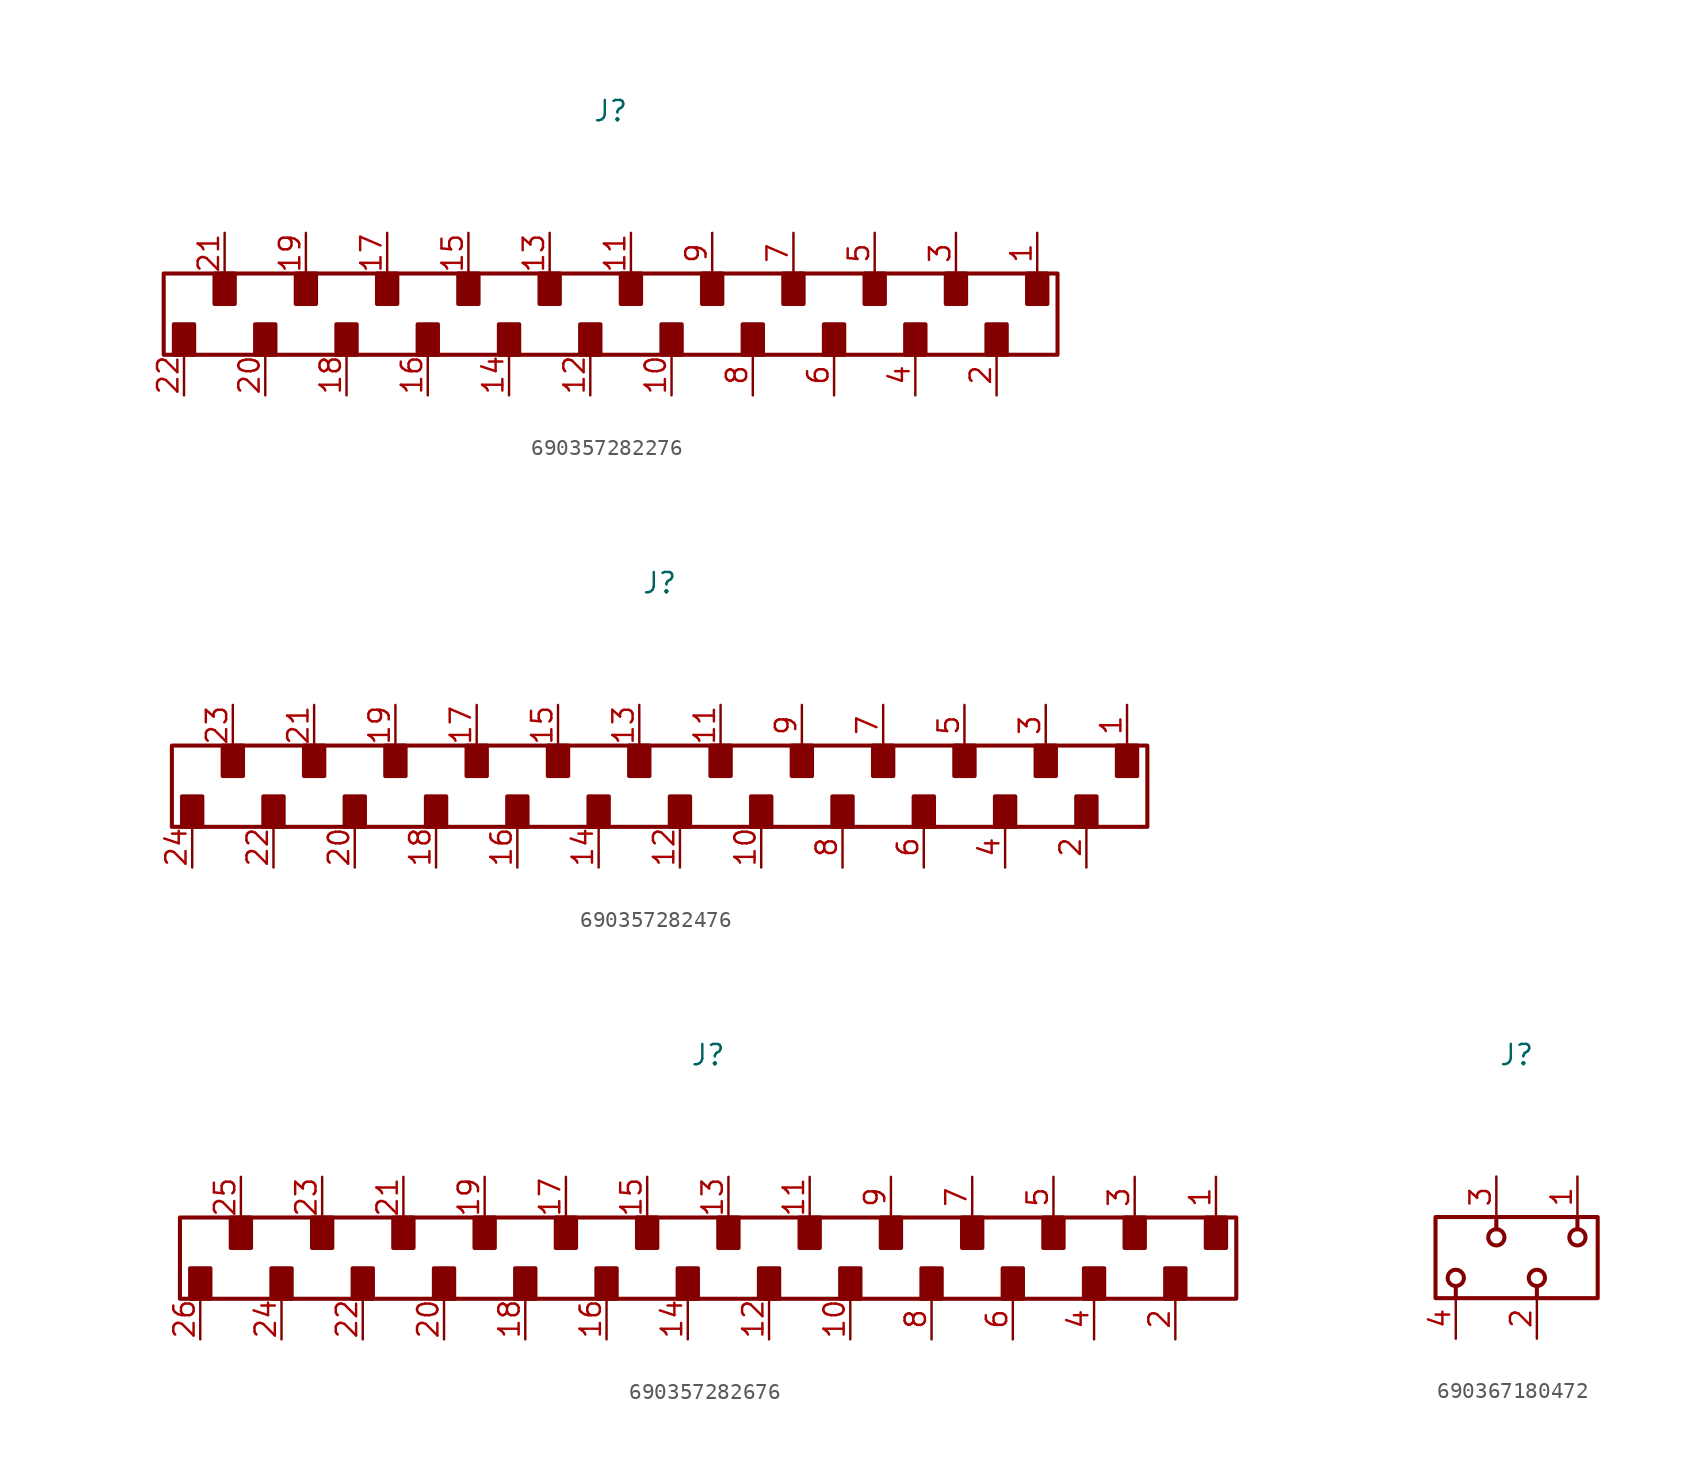
<source format=kicad_sym>
(kicad_symbol_lib
  (version 20241209)
  (generator "kicad_symbol_editor")
  (generator_version "9.0")
  (symbol "690357282276"
    (pin_names
      (hide yes))
    (property "Reference" "J"
      (at 0 12.7 0)
      (effects (font (size 1.27 1.27))))
    (symbol "690357282276_1_1"
      (rectangle (start -27.94 2.54) (end 27.94 -2.54) (stroke (width 0.254) (type solid)) (fill (type none)))
      (rectangle (start -26.035 -2.54) (end -27.305 -0.635) (stroke (width 0.254) (type solid)) (fill (type outline)))
      (rectangle (start -23.495 0.635) (end -24.765 2.54) (stroke (width 0.254) (type solid)) (fill (type outline)))
      (rectangle (start -20.955 -2.54) (end -22.225 -0.635) (stroke (width 0.254) (type solid)) (fill (type outline)))
      (rectangle (start -18.415 0.635) (end -19.685 2.54) (stroke (width 0.254) (type solid)) (fill (type outline)))
      (rectangle (start -15.875 -2.54) (end -17.145 -0.635) (stroke (width 0.254) (type solid)) (fill (type outline)))
      (rectangle (start -13.335 0.635) (end -14.605 2.54) (stroke (width 0.254) (type solid)) (fill (type outline)))
      (rectangle (start -10.795 -2.54) (end -12.065 -0.635) (stroke (width 0.254) (type solid)) (fill (type outline)))
      (rectangle (start -8.255 0.635) (end -9.525 2.54) (stroke (width 0.254) (type solid)) (fill (type outline)))
      (rectangle (start -5.715 -2.54) (end -6.985 -0.635) (stroke (width 0.254) (type solid)) (fill (type outline)))
      (rectangle (start -3.175 0.635) (end -4.445 2.54) (stroke (width 0.254) (type solid)) (fill (type outline)))
      (rectangle (start -0.635 -2.54) (end -1.905 -0.635) (stroke (width 0.254) (type solid)) (fill (type outline)))
      (rectangle (start 1.905 0.635) (end 0.635 2.54) (stroke (width 0.254) (type solid)) (fill (type outline)))
      (rectangle (start 4.445 -2.54) (end 3.175 -0.635) (stroke (width 0.254) (type solid)) (fill (type outline)))
      (rectangle (start 6.985 0.635) (end 5.715 2.54) (stroke (width 0.254) (type solid)) (fill (type outline)))
      (rectangle (start 9.525 -2.54) (end 8.255 -0.635) (stroke (width 0.254) (type solid)) (fill (type outline)))
      (rectangle (start 12.065 0.635) (end 10.795 2.54) (stroke (width 0.254) (type solid)) (fill (type outline)))
      (rectangle (start 14.605 -2.54) (end 13.335 -0.635) (stroke (width 0.254) (type solid)) (fill (type outline)))
      (rectangle (start 17.145 0.635) (end 15.875 2.54) (stroke (width 0.254) (type solid)) (fill (type outline)))
      (rectangle (start 19.685 -2.54) (end 18.415 -0.635) (stroke (width 0.254) (type solid)) (fill (type outline)))
      (rectangle (start 22.225 0.635) (end 20.955 2.54) (stroke (width 0.254) (type solid)) (fill (type outline)))
      (rectangle (start 24.765 -2.54) (end 23.495 -0.635) (stroke (width 0.254) (type solid)) (fill (type outline)))
      (rectangle (start 27.305 0.635) (end 26.035 2.54) (stroke (width 0.254) (type solid)) (fill (type outline)))
      (pin passive line (at -26.67 -5.08 90) (length 2.54) (name "22" (effects (font (size 1.27 1.27)))) (number "22" (effects (font (size 1.27 1.27)))))
      (pin passive line (at -24.13 5.08 270) (length 2.54) (name "21" (effects (font (size 1.27 1.27)))) (number "21" (effects (font (size 1.27 1.27)))))
      (pin passive line (at -21.59 -5.08 90) (length 2.54) (name "20" (effects (font (size 1.27 1.27)))) (number "20" (effects (font (size 1.27 1.27)))))
      (pin passive line (at -19.05 5.08 270) (length 2.54) (name "19" (effects (font (size 1.27 1.27)))) (number "19" (effects (font (size 1.27 1.27)))))
      (pin passive line (at -16.51 -5.08 90) (length 2.54) (name "18" (effects (font (size 1.27 1.27)))) (number "18" (effects (font (size 1.27 1.27)))))
      (pin passive line (at -13.97 5.08 270) (length 2.54) (name "17" (effects (font (size 1.27 1.27)))) (number "17" (effects (font (size 1.27 1.27)))))
      (pin passive line (at -11.43 -5.08 90) (length 2.54) (name "16" (effects (font (size 1.27 1.27)))) (number "16" (effects (font (size 1.27 1.27)))))
      (pin passive line (at -8.89 5.08 270) (length 2.54) (name "15" (effects (font (size 1.27 1.27)))) (number "15" (effects (font (size 1.27 1.27)))))
      (pin passive line (at -6.35 -5.08 90) (length 2.54) (name "14" (effects (font (size 1.27 1.27)))) (number "14" (effects (font (size 1.27 1.27)))))
      (pin passive line (at -3.81 5.08 270) (length 2.54) (name "13" (effects (font (size 1.27 1.27)))) (number "13" (effects (font (size 1.27 1.27)))))
      (pin passive line (at -1.27 -5.08 90) (length 2.54) (name "12" (effects (font (size 1.27 1.27)))) (number "12" (effects (font (size 1.27 1.27)))))
      (pin passive line (at 1.27 5.08 270) (length 2.54) (name "11" (effects (font (size 1.27 1.27)))) (number "11" (effects (font (size 1.27 1.27)))))
      (pin passive line (at 3.81 -5.08 90) (length 2.54) (name "10" (effects (font (size 1.27 1.27)))) (number "10" (effects (font (size 1.27 1.27)))))
      (pin passive line (at 6.35 5.08 270) (length 2.54) (name "9" (effects (font (size 1.27 1.27)))) (number "9" (effects (font (size 1.27 1.27)))))
      (pin passive line (at 8.89 -5.08 90) (length 2.54) (name "8" (effects (font (size 1.27 1.27)))) (number "8" (effects (font (size 1.27 1.27)))))
      (pin passive line (at 11.43 5.08 270) (length 2.54) (name "7" (effects (font (size 1.27 1.27)))) (number "7" (effects (font (size 1.27 1.27)))))
      (pin passive line (at 13.97 -5.08 90) (length 2.54) (name "6" (effects (font (size 1.27 1.27)))) (number "6" (effects (font (size 1.27 1.27)))))
      (pin passive line (at 16.51 5.08 270) (length 2.54) (name "5" (effects (font (size 1.27 1.27)))) (number "5" (effects (font (size 1.27 1.27)))))
      (pin passive line (at 19.05 -5.08 90) (length 2.54) (name "4" (effects (font (size 1.27 1.27)))) (number "4" (effects (font (size 1.27 1.27)))))
      (pin passive line (at 21.59 5.08 270) (length 2.54) (name "3" (effects (font (size 1.27 1.27)))) (number "3" (effects (font (size 1.27 1.27)))))
      (pin passive line (at 24.13 -5.08 90) (length 2.54) (name "2" (effects (font (size 1.27 1.27)))) (number "2" (effects (font (size 1.27 1.27)))))
      (pin passive line (at 26.67 5.08 270) (length 2.54) (name "1" (effects (font (size 1.27 1.27)))) (number "1" (effects (font (size 1.27 1.27)))))))
  (symbol "690357282476"
    (pin_names
      (hide yes))
    (property "Reference" "J"
      (at 0 12.7 0)
      (effects (font (size 1.27 1.27))))
    (symbol "690357282476_1_1"
      (rectangle (start -30.48 2.54) (end 30.48 -2.54) (stroke (width 0.254) (type solid)) (fill (type none)))
      (rectangle (start -28.575 -2.54) (end -29.845 -0.635) (stroke (width 0.254) (type solid)) (fill (type outline)))
      (rectangle (start -26.035 0.635) (end -27.305 2.54) (stroke (width 0.254) (type solid)) (fill (type outline)))
      (rectangle (start -23.495 -2.54) (end -24.765 -0.635) (stroke (width 0.254) (type solid)) (fill (type outline)))
      (rectangle (start -20.955 0.635) (end -22.225 2.54) (stroke (width 0.254) (type solid)) (fill (type outline)))
      (rectangle (start -18.415 -2.54) (end -19.685 -0.635) (stroke (width 0.254) (type solid)) (fill (type outline)))
      (rectangle (start -15.875 0.635) (end -17.145 2.54) (stroke (width 0.254) (type solid)) (fill (type outline)))
      (rectangle (start -13.335 -2.54) (end -14.605 -0.635) (stroke (width 0.254) (type solid)) (fill (type outline)))
      (rectangle (start -10.795 0.635) (end -12.065 2.54) (stroke (width 0.254) (type solid)) (fill (type outline)))
      (rectangle (start -8.255 -2.54) (end -9.525 -0.635) (stroke (width 0.254) (type solid)) (fill (type outline)))
      (rectangle (start -5.715 0.635) (end -6.985 2.54) (stroke (width 0.254) (type solid)) (fill (type outline)))
      (rectangle (start -3.175 -2.54) (end -4.445 -0.635) (stroke (width 0.254) (type solid)) (fill (type outline)))
      (rectangle (start -0.635 0.635) (end -1.905 2.54) (stroke (width 0.254) (type solid)) (fill (type outline)))
      (rectangle (start 1.905 -2.54) (end 0.635 -0.635) (stroke (width 0.254) (type solid)) (fill (type outline)))
      (rectangle (start 4.445 0.635) (end 3.175 2.54) (stroke (width 0.254) (type solid)) (fill (type outline)))
      (rectangle (start 6.985 -2.54) (end 5.715 -0.635) (stroke (width 0.254) (type solid)) (fill (type outline)))
      (rectangle (start 9.525 0.635) (end 8.255 2.54) (stroke (width 0.254) (type solid)) (fill (type outline)))
      (rectangle (start 12.065 -2.54) (end 10.795 -0.635) (stroke (width 0.254) (type solid)) (fill (type outline)))
      (rectangle (start 14.605 0.635) (end 13.335 2.54) (stroke (width 0.254) (type solid)) (fill (type outline)))
      (rectangle (start 17.145 -2.54) (end 15.875 -0.635) (stroke (width 0.254) (type solid)) (fill (type outline)))
      (rectangle (start 19.685 0.635) (end 18.415 2.54) (stroke (width 0.254) (type solid)) (fill (type outline)))
      (rectangle (start 22.225 -2.54) (end 20.955 -0.635) (stroke (width 0.254) (type solid)) (fill (type outline)))
      (rectangle (start 24.765 0.635) (end 23.495 2.54) (stroke (width 0.254) (type solid)) (fill (type outline)))
      (rectangle (start 27.305 -2.54) (end 26.035 -0.635) (stroke (width 0.254) (type solid)) (fill (type outline)))
      (rectangle (start 29.845 0.635) (end 28.575 2.54) (stroke (width 0.254) (type solid)) (fill (type outline)))
      (pin passive line (at -29.21 -5.08 90) (length 2.54) (name "24" (effects (font (size 1.27 1.27)))) (number "24" (effects (font (size 1.27 1.27)))))
      (pin passive line (at -26.67 5.08 270) (length 2.54) (name "23" (effects (font (size 1.27 1.27)))) (number "23" (effects (font (size 1.27 1.27)))))
      (pin passive line (at -24.13 -5.08 90) (length 2.54) (name "22" (effects (font (size 1.27 1.27)))) (number "22" (effects (font (size 1.27 1.27)))))
      (pin passive line (at -21.59 5.08 270) (length 2.54) (name "21" (effects (font (size 1.27 1.27)))) (number "21" (effects (font (size 1.27 1.27)))))
      (pin passive line (at -19.05 -5.08 90) (length 2.54) (name "20" (effects (font (size 1.27 1.27)))) (number "20" (effects (font (size 1.27 1.27)))))
      (pin passive line (at -16.51 5.08 270) (length 2.54) (name "19" (effects (font (size 1.27 1.27)))) (number "19" (effects (font (size 1.27 1.27)))))
      (pin passive line (at -13.97 -5.08 90) (length 2.54) (name "18" (effects (font (size 1.27 1.27)))) (number "18" (effects (font (size 1.27 1.27)))))
      (pin passive line (at -11.43 5.08 270) (length 2.54) (name "17" (effects (font (size 1.27 1.27)))) (number "17" (effects (font (size 1.27 1.27)))))
      (pin passive line (at -8.89 -5.08 90) (length 2.54) (name "16" (effects (font (size 1.27 1.27)))) (number "16" (effects (font (size 1.27 1.27)))))
      (pin passive line (at -6.35 5.08 270) (length 2.54) (name "15" (effects (font (size 1.27 1.27)))) (number "15" (effects (font (size 1.27 1.27)))))
      (pin passive line (at -3.81 -5.08 90) (length 2.54) (name "14" (effects (font (size 1.27 1.27)))) (number "14" (effects (font (size 1.27 1.27)))))
      (pin passive line (at -1.27 5.08 270) (length 2.54) (name "13" (effects (font (size 1.27 1.27)))) (number "13" (effects (font (size 1.27 1.27)))))
      (pin passive line (at 1.27 -5.08 90) (length 2.54) (name "12" (effects (font (size 1.27 1.27)))) (number "12" (effects (font (size 1.27 1.27)))))
      (pin passive line (at 3.81 5.08 270) (length 2.54) (name "11" (effects (font (size 1.27 1.27)))) (number "11" (effects (font (size 1.27 1.27)))))
      (pin passive line (at 6.35 -5.08 90) (length 2.54) (name "10" (effects (font (size 1.27 1.27)))) (number "10" (effects (font (size 1.27 1.27)))))
      (pin passive line (at 8.89 5.08 270) (length 2.54) (name "9" (effects (font (size 1.27 1.27)))) (number "9" (effects (font (size 1.27 1.27)))))
      (pin passive line (at 11.43 -5.08 90) (length 2.54) (name "8" (effects (font (size 1.27 1.27)))) (number "8" (effects (font (size 1.27 1.27)))))
      (pin passive line (at 13.97 5.08 270) (length 2.54) (name "7" (effects (font (size 1.27 1.27)))) (number "7" (effects (font (size 1.27 1.27)))))
      (pin passive line (at 16.51 -5.08 90) (length 2.54) (name "6" (effects (font (size 1.27 1.27)))) (number "6" (effects (font (size 1.27 1.27)))))
      (pin passive line (at 19.05 5.08 270) (length 2.54) (name "5" (effects (font (size 1.27 1.27)))) (number "5" (effects (font (size 1.27 1.27)))))
      (pin passive line (at 21.59 -5.08 90) (length 2.54) (name "4" (effects (font (size 1.27 1.27)))) (number "4" (effects (font (size 1.27 1.27)))))
      (pin passive line (at 24.13 5.08 270) (length 2.54) (name "3" (effects (font (size 1.27 1.27)))) (number "3" (effects (font (size 1.27 1.27)))))
      (pin passive line (at 26.67 -5.08 90) (length 2.54) (name "2" (effects (font (size 1.27 1.27)))) (number "2" (effects (font (size 1.27 1.27)))))
      (pin passive line (at 29.21 5.08 270) (length 2.54) (name "1" (effects (font (size 1.27 1.27)))) (number "1" (effects (font (size 1.27 1.27)))))))
  (symbol "690357282676"
    (pin_names
      (hide yes))
    (property "Reference" "J"
      (at 0 12.7 0)
      (effects (font (size 1.27 1.27))))
    (symbol "690357282676_1_1"
      (rectangle (start -33.02 2.54) (end 33.02 -2.54) (stroke (width 0.254) (type solid)) (fill (type none)))
      (rectangle (start -31.115 -2.54) (end -32.385 -0.635) (stroke (width 0.254) (type solid)) (fill (type outline)))
      (rectangle (start -28.575 0.635) (end -29.845 2.54) (stroke (width 0.254) (type solid)) (fill (type outline)))
      (rectangle (start -26.035 -2.54) (end -27.305 -0.635) (stroke (width 0.254) (type solid)) (fill (type outline)))
      (rectangle (start -23.495 0.635) (end -24.765 2.54) (stroke (width 0.254) (type solid)) (fill (type outline)))
      (rectangle (start -20.955 -2.54) (end -22.225 -0.635) (stroke (width 0.254) (type solid)) (fill (type outline)))
      (rectangle (start -18.415 0.635) (end -19.685 2.54) (stroke (width 0.254) (type solid)) (fill (type outline)))
      (rectangle (start -15.875 -2.54) (end -17.145 -0.635) (stroke (width 0.254) (type solid)) (fill (type outline)))
      (rectangle (start -13.335 0.635) (end -14.605 2.54) (stroke (width 0.254) (type solid)) (fill (type outline)))
      (rectangle (start -10.795 -2.54) (end -12.065 -0.635) (stroke (width 0.254) (type solid)) (fill (type outline)))
      (rectangle (start -8.255 0.635) (end -9.525 2.54) (stroke (width 0.254) (type solid)) (fill (type outline)))
      (rectangle (start -5.715 -2.54) (end -6.985 -0.635) (stroke (width 0.254) (type solid)) (fill (type outline)))
      (rectangle (start -3.175 0.635) (end -4.445 2.54) (stroke (width 0.254) (type solid)) (fill (type outline)))
      (rectangle (start -0.635 -2.54) (end -1.905 -0.635) (stroke (width 0.254) (type solid)) (fill (type outline)))
      (rectangle (start 1.905 0.635) (end 0.635 2.54) (stroke (width 0.254) (type solid)) (fill (type outline)))
      (rectangle (start 4.445 -2.54) (end 3.175 -0.635) (stroke (width 0.254) (type solid)) (fill (type outline)))
      (rectangle (start 6.985 0.635) (end 5.715 2.54) (stroke (width 0.254) (type solid)) (fill (type outline)))
      (rectangle (start 9.525 -2.54) (end 8.255 -0.635) (stroke (width 0.254) (type solid)) (fill (type outline)))
      (rectangle (start 12.065 0.635) (end 10.795 2.54) (stroke (width 0.254) (type solid)) (fill (type outline)))
      (rectangle (start 14.605 -2.54) (end 13.335 -0.635) (stroke (width 0.254) (type solid)) (fill (type outline)))
      (rectangle (start 17.145 0.635) (end 15.875 2.54) (stroke (width 0.254) (type solid)) (fill (type outline)))
      (rectangle (start 19.685 -2.54) (end 18.415 -0.635) (stroke (width 0.254) (type solid)) (fill (type outline)))
      (rectangle (start 22.225 0.635) (end 20.955 2.54) (stroke (width 0.254) (type solid)) (fill (type outline)))
      (rectangle (start 24.765 -2.54) (end 23.495 -0.635) (stroke (width 0.254) (type solid)) (fill (type outline)))
      (rectangle (start 27.305 0.635) (end 26.035 2.54) (stroke (width 0.254) (type solid)) (fill (type outline)))
      (rectangle (start 29.845 -2.54) (end 28.575 -0.635) (stroke (width 0.254) (type solid)) (fill (type outline)))
      (rectangle (start 32.385 0.635) (end 31.115 2.54) (stroke (width 0.254) (type solid)) (fill (type outline)))
      (pin passive line (at -31.75 -5.08 90) (length 2.54) (name "26" (effects (font (size 1.27 1.27)))) (number "26" (effects (font (size 1.27 1.27)))))
      (pin passive line (at -29.21 5.08 270) (length 2.54) (name "25" (effects (font (size 1.27 1.27)))) (number "25" (effects (font (size 1.27 1.27)))))
      (pin passive line (at -26.67 -5.08 90) (length 2.54) (name "24" (effects (font (size 1.27 1.27)))) (number "24" (effects (font (size 1.27 1.27)))))
      (pin passive line (at -24.13 5.08 270) (length 2.54) (name "23" (effects (font (size 1.27 1.27)))) (number "23" (effects (font (size 1.27 1.27)))))
      (pin passive line (at -21.59 -5.08 90) (length 2.54) (name "22" (effects (font (size 1.27 1.27)))) (number "22" (effects (font (size 1.27 1.27)))))
      (pin passive line (at -19.05 5.08 270) (length 2.54) (name "21" (effects (font (size 1.27 1.27)))) (number "21" (effects (font (size 1.27 1.27)))))
      (pin passive line (at -16.51 -5.08 90) (length 2.54) (name "20" (effects (font (size 1.27 1.27)))) (number "20" (effects (font (size 1.27 1.27)))))
      (pin passive line (at -13.97 5.08 270) (length 2.54) (name "19" (effects (font (size 1.27 1.27)))) (number "19" (effects (font (size 1.27 1.27)))))
      (pin passive line (at -11.43 -5.08 90) (length 2.54) (name "18" (effects (font (size 1.27 1.27)))) (number "18" (effects (font (size 1.27 1.27)))))
      (pin passive line (at -8.89 5.08 270) (length 2.54) (name "17" (effects (font (size 1.27 1.27)))) (number "17" (effects (font (size 1.27 1.27)))))
      (pin passive line (at -6.35 -5.08 90) (length 2.54) (name "16" (effects (font (size 1.27 1.27)))) (number "16" (effects (font (size 1.27 1.27)))))
      (pin passive line (at -3.81 5.08 270) (length 2.54) (name "15" (effects (font (size 1.27 1.27)))) (number "15" (effects (font (size 1.27 1.27)))))
      (pin passive line (at -1.27 -5.08 90) (length 2.54) (name "14" (effects (font (size 1.27 1.27)))) (number "14" (effects (font (size 1.27 1.27)))))
      (pin passive line (at 1.27 5.08 270) (length 2.54) (name "13" (effects (font (size 1.27 1.27)))) (number "13" (effects (font (size 1.27 1.27)))))
      (pin passive line (at 3.81 -5.08 90) (length 2.54) (name "12" (effects (font (size 1.27 1.27)))) (number "12" (effects (font (size 1.27 1.27)))))
      (pin passive line (at 6.35 5.08 270) (length 2.54) (name "11" (effects (font (size 1.27 1.27)))) (number "11" (effects (font (size 1.27 1.27)))))
      (pin passive line (at 8.89 -5.08 90) (length 2.54) (name "10" (effects (font (size 1.27 1.27)))) (number "10" (effects (font (size 1.27 1.27)))))
      (pin passive line (at 11.43 5.08 270) (length 2.54) (name "9" (effects (font (size 1.27 1.27)))) (number "9" (effects (font (size 1.27 1.27)))))
      (pin passive line (at 13.97 -5.08 90) (length 2.54) (name "8" (effects (font (size 1.27 1.27)))) (number "8" (effects (font (size 1.27 1.27)))))
      (pin passive line (at 16.51 5.08 270) (length 2.54) (name "7" (effects (font (size 1.27 1.27)))) (number "7" (effects (font (size 1.27 1.27)))))
      (pin passive line (at 19.05 -5.08 90) (length 2.54) (name "6" (effects (font (size 1.27 1.27)))) (number "6" (effects (font (size 1.27 1.27)))))
      (pin passive line (at 21.59 5.08 270) (length 2.54) (name "5" (effects (font (size 1.27 1.27)))) (number "5" (effects (font (size 1.27 1.27)))))
      (pin passive line (at 24.13 -5.08 90) (length 2.54) (name "4" (effects (font (size 1.27 1.27)))) (number "4" (effects (font (size 1.27 1.27)))))
      (pin passive line (at 26.67 5.08 270) (length 2.54) (name "3" (effects (font (size 1.27 1.27)))) (number "3" (effects (font (size 1.27 1.27)))))
      (pin passive line (at 29.21 -5.08 90) (length 2.54) (name "2" (effects (font (size 1.27 1.27)))) (number "2" (effects (font (size 1.27 1.27)))))
      (pin passive line (at 31.75 5.08 270) (length 2.54) (name "1" (effects (font (size 1.27 1.27)))) (number "1" (effects (font (size 1.27 1.27)))))))
  (symbol "690367180472"
    (pin_names
      (hide yes))
    (property "Reference" "J"
      (at 0 12.7 0)
      (effects (font (size 1.27 1.27))))
    (symbol "690367180472_1_1"
      (rectangle (start -5.08 2.54) (end 5.08 -2.54) (stroke (width 0.254) (type solid)) (fill (type none)))
      (circle (center -3.81 -1.27) (radius 0.508) (stroke (width 0.254) (type solid)) (fill (type none)))
      (polyline (pts (xy -3.81 -1.778) (xy -3.81 -2.54)) (stroke (width 0.254) (type solid)) (fill (type none)))
      (polyline (pts (xy -1.27 1.778) (xy -1.27 2.54)) (stroke (width 0.254) (type solid)) (fill (type none)))
      (circle (center -1.27 1.27) (radius 0.508) (stroke (width 0.254) (type solid)) (fill (type none)))
      (circle (center 1.27 -1.27) (radius 0.508) (stroke (width 0.254) (type solid)) (fill (type none)))
      (polyline (pts (xy 1.27 -1.778) (xy 1.27 -2.54)) (stroke (width 0.254) (type solid)) (fill (type none)))
      (polyline (pts (xy 3.81 1.778) (xy 3.81 2.54)) (stroke (width 0.254) (type solid)) (fill (type none)))
      (circle (center 3.81 1.27) (radius 0.508) (stroke (width 0.254) (type solid)) (fill (type none)))
      (pin passive line (at -3.81 -5.08 90) (length 2.54) (name "4" (effects (font (size 1.27 1.27)))) (number "4" (effects (font (size 1.27 1.27)))))
      (pin passive line (at -1.27 5.08 270) (length 2.54) (name "3" (effects (font (size 1.27 1.27)))) (number "3" (effects (font (size 1.27 1.27)))))
      (pin passive line (at 1.27 -5.08 90) (length 2.54) (name "2" (effects (font (size 1.27 1.27)))) (number "2" (effects (font (size 1.27 1.27)))))
      (pin passive line (at 3.81 5.08 270) (length 2.54) (name "1" (effects (font (size 1.27 1.27)))) (number "1" (effects (font (size 1.27 1.27))))))))
</source>
